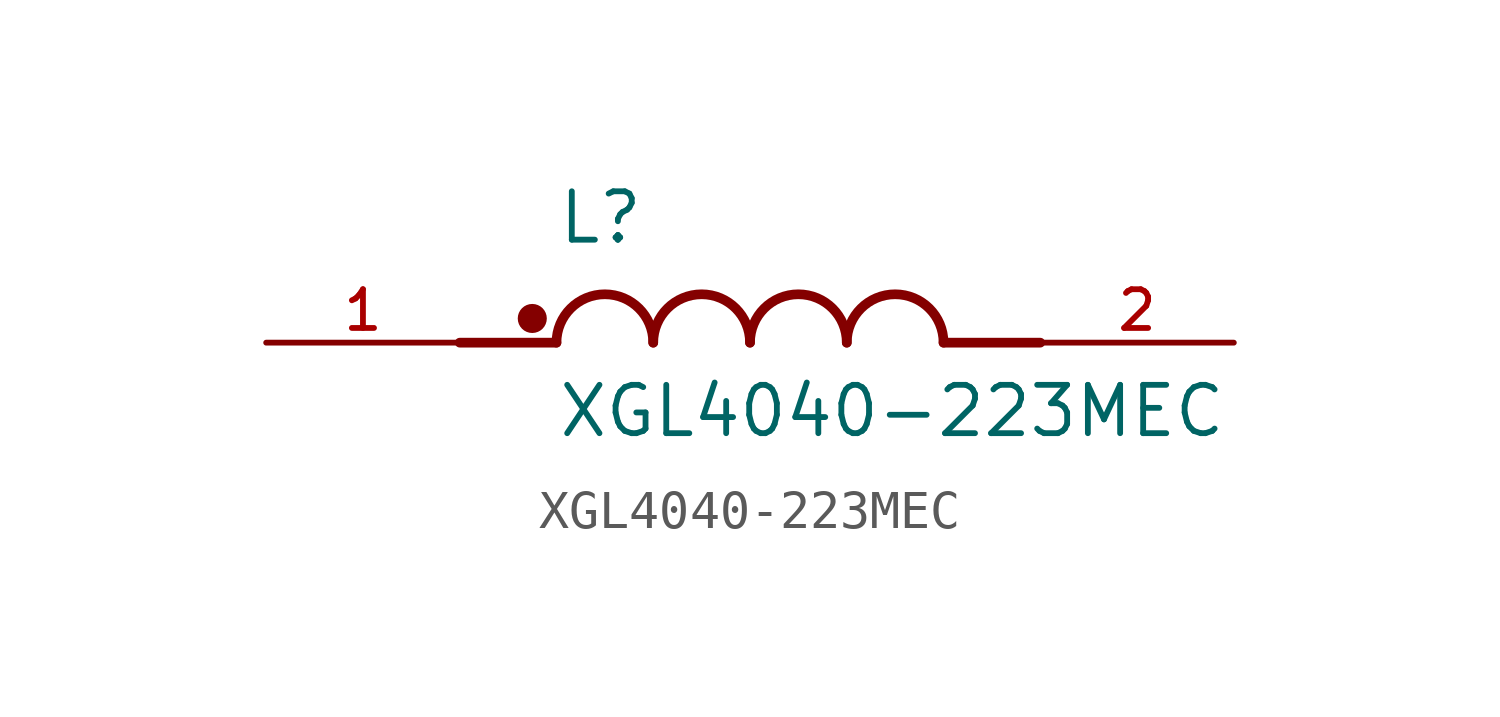
<source format=kicad_sym>
(kicad_symbol_lib
  (version 20211014)
  (generator kicad_symbol_editor)
  (symbol "XGL4040-223MEC"
    (pin_names
      (offset 1.016))
    (property "Reference" "L"
      (at -5.08 2.54 0)
      (effects (font (size 1.27 1.27)) (justify bottom left)))
    (property "Value" "XGL4040-223MEC"
      (at -5.08 -2.54 0)
      (effects (font (size 1.27 1.27)) (justify bottom left)))
    (symbol "XGL4040-223MEC_0_0"
      (polyline (pts (xy -5.08 0.0) (xy -7.62 0.0)) (stroke (width 0.254)))
      (polyline (pts (xy 5.08 0.0) (xy 7.62 0.0)) (stroke (width 0.254)))
      (arc (start -2.54 0.0) (mid -3.81 1.27) (end -5.08 0.0) (stroke (width 0.254) (type default) (color 0 0 0 0)) (fill (type none)))
      (arc (start 0.0 0.0) (mid -1.27 1.27) (end -2.54 0.0) (stroke (width 0.254) (type default) (color 0 0 0 0)) (fill (type none)))
      (arc (start 2.54 0.0) (mid 1.27 1.27) (end 0.0 0.0) (stroke (width 0.254) (type default) (color 0 0 0 0)) (fill (type none)))
      (arc (start 5.08 0.0) (mid 3.81 1.27) (end 2.54 0.0) (stroke (width 0.254) (type default) (color 0 0 0 0)) (fill (type none)))
      (circle (center -5.715 0.635) (radius 0.191) (stroke (width 0.381)) (fill (type none)))
      (pin passive line (at -12.7 0.0 0) (length 5.08) (name "~" (effects (font (size 1.016 1.016)))) (number "1" (effects (font (size 1.016 1.016)))))
      (pin passive line (at 12.7 0.0 180.0) (length 5.08) (name "~" (effects (font (size 1.016 1.016)))) (number "2" (effects (font (size 1.016 1.016))))))))
</source>
